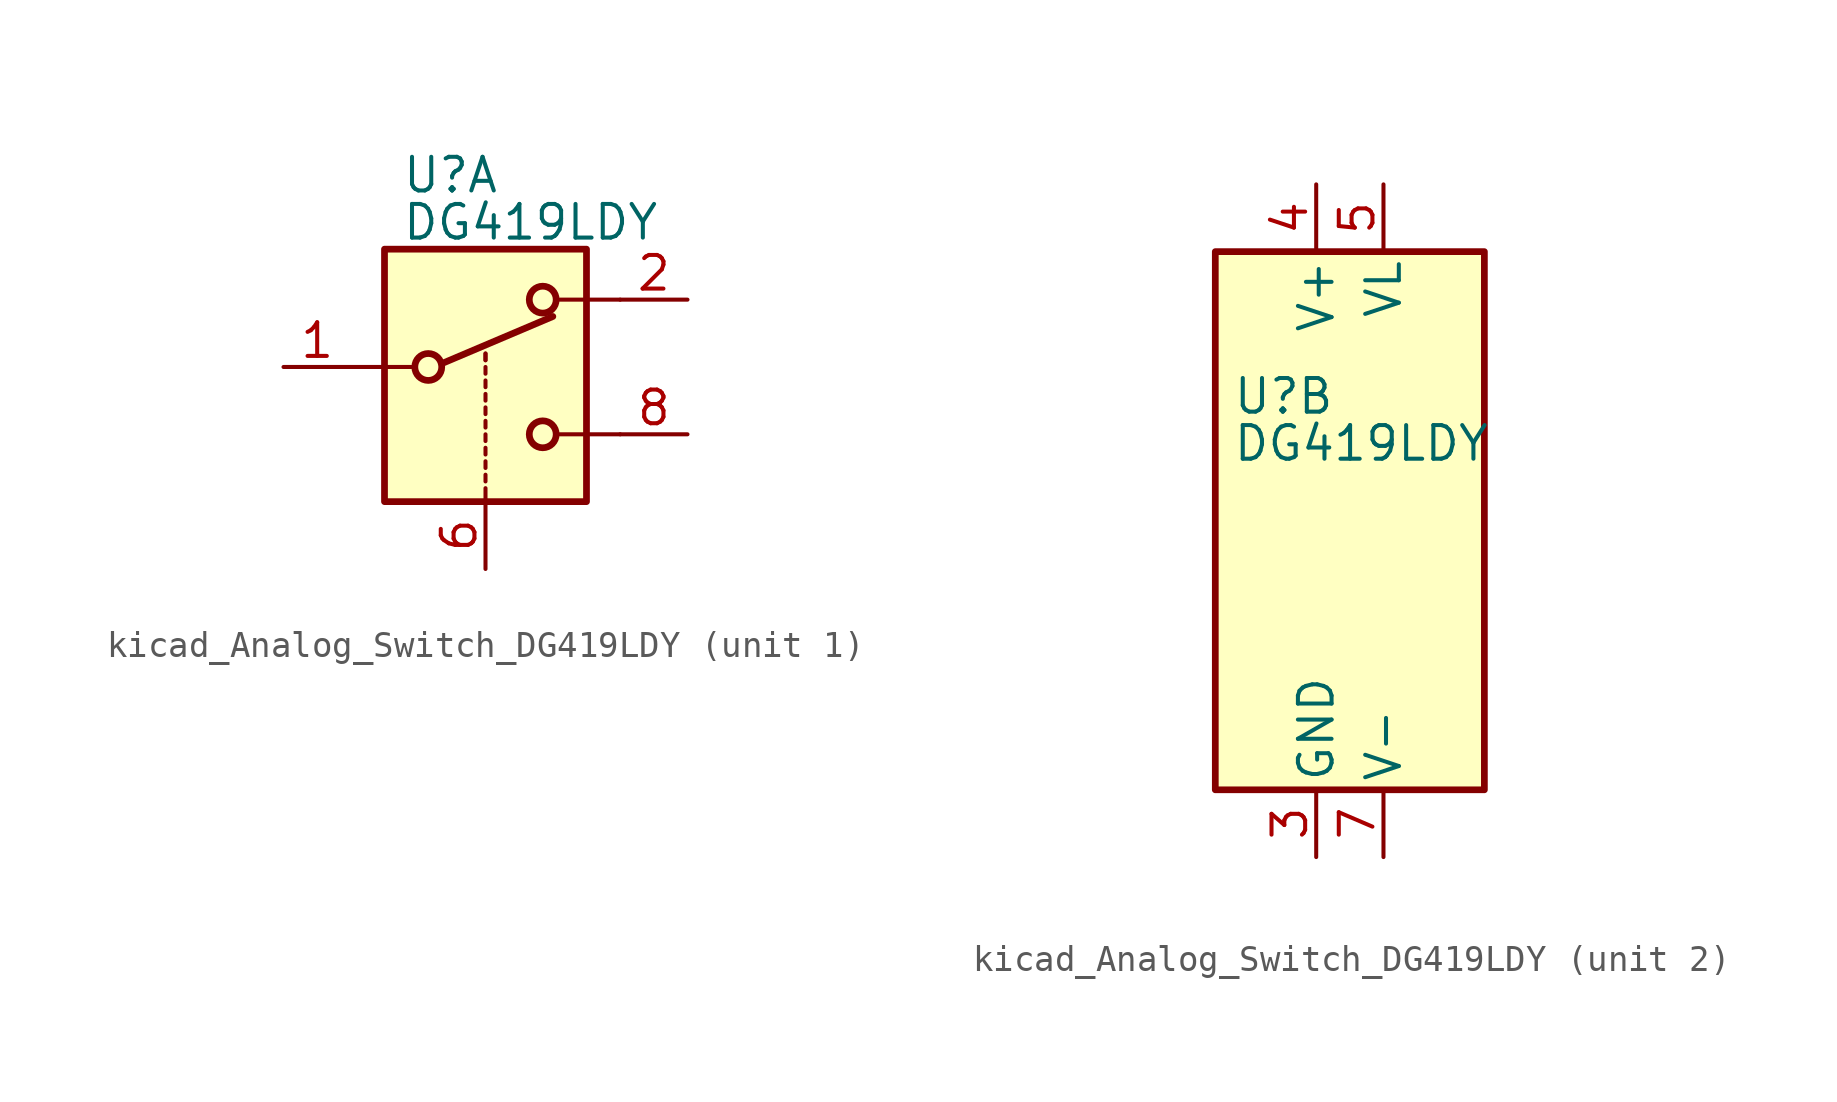
<source format=kicad_sym>
(kicad_symbol_lib
  (version 20220914)
  (generator kicad_symbol_editor)
  (symbol "kicad_Analog_Switch_DG419LDY"
    (pin_names
      (offset 0.254))
    (property "Reference" "U"
      (at -3.175 4.699 0)
      (effects (font (size 1.27 1.27)) (justify left)))
    (property "Value" "DG419LDY"
      (at -3.175 2.921 0)
      (effects (font (size 1.27 1.27)) (justify left)))
    (symbol "kicad_Analog_Switch_DG419LDY_1_1"
      (rectangle (start -3.81 1.905) (end 3.81 -7.62) (stroke (width 0.254) (type default)) (fill (type background)))
      (circle (center -2.159 -2.54) (radius 0.508) (stroke (width 0.254) (type default)) (fill (type none)))
      (polyline (pts (xy -5.08 -2.54) (xy -2.794 -2.54)) (stroke (width 0) (type default)) (fill (type none)))
      (polyline (pts (xy -1.651 -2.413) (xy 2.54 -0.635)) (stroke (width 0.254) (type default)) (fill (type none)))
      (polyline (pts (xy 0 -7.62) (xy 0 -7.112)) (stroke (width 0) (type default)) (fill (type none)))
      (polyline (pts (xy 0 -6.858) (xy 0 -6.604)) (stroke (width 0) (type default)) (fill (type none)))
      (polyline (pts (xy 0 -6.35) (xy 0 -6.096)) (stroke (width 0) (type default)) (fill (type none)))
      (polyline (pts (xy 0 -5.842) (xy 0 -5.588)) (stroke (width 0) (type default)) (fill (type none)))
      (polyline (pts (xy 0 -5.334) (xy 0 -5.08)) (stroke (width 0) (type default)) (fill (type none)))
      (polyline (pts (xy 0 -4.826) (xy 0 -4.572)) (stroke (width 0) (type default)) (fill (type none)))
      (polyline (pts (xy 0 -4.318) (xy 0 -4.064)) (stroke (width 0) (type default)) (fill (type none)))
      (polyline (pts (xy 0 -3.81) (xy 0 -3.556)) (stroke (width 0) (type default)) (fill (type none)))
      (polyline (pts (xy 0 -3.302) (xy 0 -3.048)) (stroke (width 0) (type default)) (fill (type none)))
      (polyline (pts (xy 0 -2.794) (xy 0 -2.54)) (stroke (width 0) (type default)) (fill (type none)))
      (polyline (pts (xy 0 -2.286) (xy 0 -2.032)) (stroke (width 0) (type default)) (fill (type none)))
      (polyline (pts (xy 0 -2.286) (xy 0 -2.032)) (stroke (width 0) (type default)) (fill (type none)))
      (polyline (pts (xy 5.08 -5.08) (xy 2.794 -5.08)) (stroke (width 0) (type default)) (fill (type none)))
      (polyline (pts (xy 5.08 0) (xy 2.794 0)) (stroke (width 0) (type default)) (fill (type none)))
      (circle (center 2.159 -5.08) (radius 0.508) (stroke (width 0.254) (type default)) (fill (type none)))
      (circle (center 2.159 0) (radius 0.508) (stroke (width 0.254) (type default)) (fill (type none)))
      (pin passive line (at -7.62 -2.54 0) (length 2.54) (name "~" (effects (font (size 1.27 1.27)))) (number "1" (effects (font (size 1.27 1.27)))))
      (pin passive line (at 7.62 0 180) (length 2.54) (name "~" (effects (font (size 1.27 1.27)))) (number "2" (effects (font (size 1.27 1.27)))))
      (pin input line (at 0 -10.16 90) (length 2.54) (name "~" (effects (font (size 1.27 1.27)))) (number "6" (effects (font (size 1.27 1.27)))))
      (pin passive line (at 7.62 -5.08 180) (length 2.54) (name "~" (effects (font (size 1.27 1.27)))) (number "8" (effects (font (size 1.27 1.27))))))
    (symbol "kicad_Analog_Switch_DG419LDY_2_0"
      (pin power_in line (at 0 -12.7 90) (length 2.54) (name "GND" (effects (font (size 1.27 1.27)))) (number "3" (effects (font (size 1.27 1.27)))))
      (pin power_in line (at 0 12.7 270) (length 2.54) (name "V+" (effects (font (size 1.27 1.27)))) (number "4" (effects (font (size 1.27 1.27)))))
      (pin power_in line (at 2.54 12.7 270) (length 2.54) (name "VL" (effects (font (size 1.27 1.27)))) (number "5" (effects (font (size 1.27 1.27)))))
      (pin power_in line (at 2.54 -12.7 90) (length 2.54) (name "V-" (effects (font (size 1.27 1.27)))) (number "7" (effects (font (size 1.27 1.27))))))
    (symbol "kicad_Analog_Switch_DG419LDY_2_1"
      (rectangle (start -3.81 10.16) (end 6.35 -10.16) (stroke (width 0.254) (type default)) (fill (type background))))))
</source>
